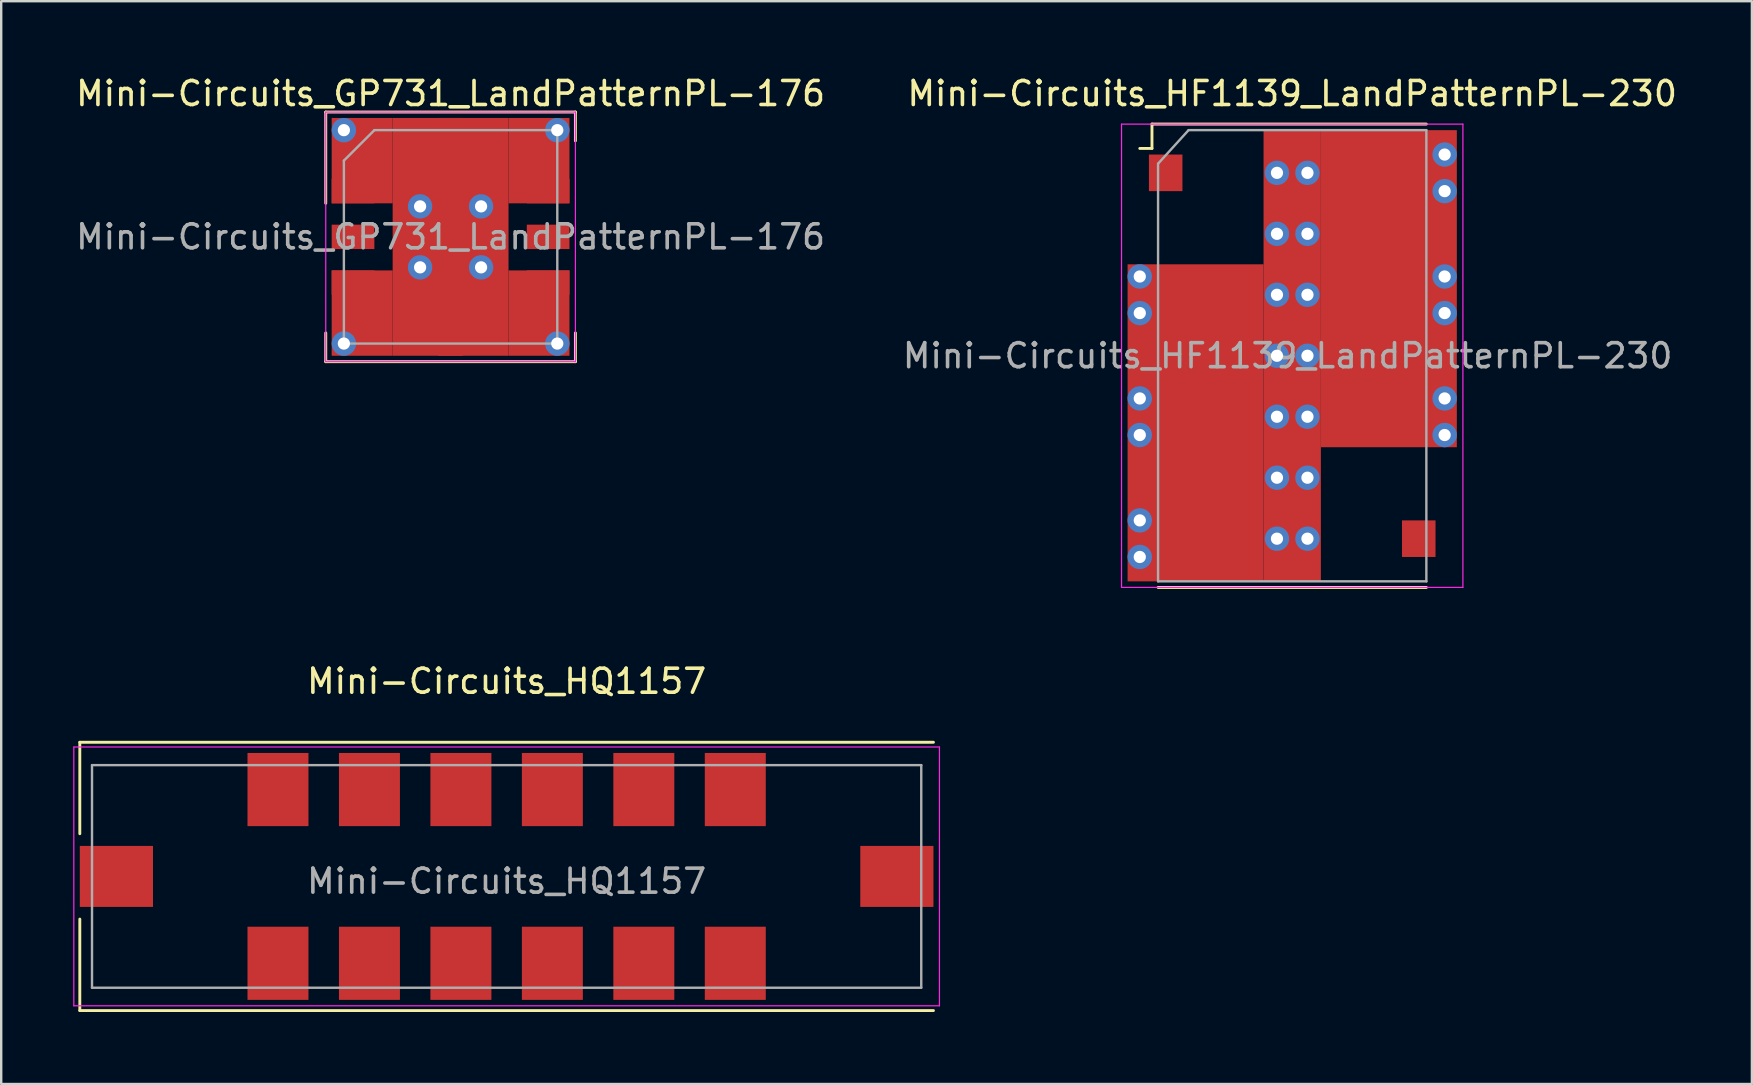
<source format=kicad_pcb>
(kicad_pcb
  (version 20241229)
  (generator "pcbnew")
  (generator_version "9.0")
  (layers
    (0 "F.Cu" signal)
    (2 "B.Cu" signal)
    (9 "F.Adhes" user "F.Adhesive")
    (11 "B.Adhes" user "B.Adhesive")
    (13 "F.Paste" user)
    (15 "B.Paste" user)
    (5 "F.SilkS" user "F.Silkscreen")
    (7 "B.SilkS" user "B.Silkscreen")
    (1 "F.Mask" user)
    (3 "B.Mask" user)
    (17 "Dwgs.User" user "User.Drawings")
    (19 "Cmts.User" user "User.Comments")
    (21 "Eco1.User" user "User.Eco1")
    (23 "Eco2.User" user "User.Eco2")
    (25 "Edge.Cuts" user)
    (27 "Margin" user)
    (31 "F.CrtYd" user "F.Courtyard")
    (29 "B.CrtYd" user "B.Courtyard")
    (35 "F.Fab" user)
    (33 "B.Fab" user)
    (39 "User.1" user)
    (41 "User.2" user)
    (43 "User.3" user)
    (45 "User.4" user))
  (footprint "Mini-Circuits_HF1139_LandPatternPL-230"
    (layer "F.Cu")
    (at 50.78 11.77)
    (property "Reference" "Mini-Circuits_HF1139_LandPatternPL-230" (at 0 -10.922 0) (layer "F.SilkS") (effects (font (size 1 1) (thickness 0.15))))
    (attr smd)
    (fp_line (start -5.842 -9.652) (end -5.842 -8.636) (stroke (width 0.12) (type solid)) (layer "F.SilkS"))
    (fp_line (start -5.842 -8.636) (end -6.35 -8.636) (stroke (width 0.12) (type solid)) (layer "F.SilkS"))
    (fp_line (start 5.588 -9.652) (end -5.842 -9.652) (stroke (width 0.12) (type solid)) (layer "F.SilkS"))
    (fp_line (start 5.588 9.652) (end -5.588 9.652) (stroke (width 0.12) (type solid)) (layer "F.SilkS"))
    (fp_line (start -7.11 -9.65) (end -7.11 9.65) (stroke (width 0.05) (type solid)) (layer "F.CrtYd"))
    (fp_line (start -7.11 -9.65) (end 7.11 -9.65) (stroke (width 0.05) (type solid)) (layer "F.CrtYd"))
    (fp_line (start 7.11 9.65) (end -7.11 9.65) (stroke (width 0.05) (type solid)) (layer "F.CrtYd"))
    (fp_line (start 7.11 9.65) (end 7.11 -9.65) (stroke (width 0.05) (type solid)) (layer "F.CrtYd"))
    (fp_line (start -5.588 -8.001) (end -5.588 9.398) (stroke (width 0.1) (type solid)) (layer "F.Fab"))
    (fp_line (start -4.318 -9.398) (end -5.588 -8.001) (stroke (width 0.1) (type solid)) (layer "F.Fab"))
    (fp_line (start 5.588 -9.398) (end -4.318 -9.398) (stroke (width 0.1) (type solid)) (layer "F.Fab"))
    (fp_line (start 5.588 9.398) (end -5.588 9.398) (stroke (width 0.1) (type solid)) (layer "F.Fab"))
    (fp_line (start 5.588 9.398) (end 5.588 -9.398) (stroke (width 0.1) (type solid)) (layer "F.Fab"))
    (fp_text user "${REFERENCE}" (at -0.191 0 180) (layer "F.Fab") (effects (font (size 1 1) (thickness 0.15))))
    (pad "1" smd rect (at -5.271 -7.62 270) (size 1.524 1.397) (layers "F.Cu" "F.Mask" "F.Paste"))
    (pad "2" smd rect (at 5.271 -7.62 270) (size 1.524 1.397) (layers "F.Cu" "F.Mask" "F.Paste"))
    (pad "2" thru_hole circle (at 6.35 -8.382 270) (size 1.016 1.016) (drill 0.508) (layers "*.Cu"))
    (pad "2" thru_hole circle (at 6.35 -6.858 270) (size 1.016 1.016) (drill 0.508) (layers "*.Cu"))
    (pad "3" thru_hole circle (at -6.35 -3.302 270) (size 1.016 1.016) (drill 0.508) (layers "*.Cu"))
    (pad "3" thru_hole circle (at -6.35 -1.778 270) (size 1.016 1.016) (drill 0.508) (layers "*.Cu"))
    (pad "3" smd rect (at -5.271 -2.54 270) (size 1.524 1.397) (layers "F.Cu" "F.Mask" "F.Paste"))
    (pad "4" smd rect (at 5.271 -2.54 270) (size 1.524 1.397) (layers "F.Cu" "F.Mask" "F.Paste"))
    (pad "4" thru_hole circle (at 6.35 -3.302 270) (size 1.016 1.016) (drill 0.508) (layers "*.Cu"))
    (pad "4" thru_hole circle (at 6.35 -1.778 270) (size 1.016 1.016) (drill 0.508) (layers "*.Cu"))
    (pad "5" thru_hole circle (at -6.35 1.778 270) (size 1.016 1.016) (drill 0.508) (layers "*.Cu"))
    (pad "5" thru_hole circle (at -6.35 3.302 270) (size 1.016 1.016) (drill 0.508) (layers "*.Cu"))
    (pad "5" smd rect (at -5.271 2.54 270) (size 1.524 1.397) (layers "F.Cu" "F.Mask" "F.Paste"))
    (pad "6" smd rect (at 5.271 2.54 270) (size 1.524 1.397) (layers "F.Cu" "F.Mask" "F.Paste"))
    (pad "6" thru_hole circle (at 6.35 1.778 270) (size 1.016 1.016) (drill 0.508) (layers "*.Cu"))
    (pad "6" thru_hole circle (at 6.35 3.302 270) (size 1.016 1.016) (drill 0.508) (layers "*.Cu"))
    (pad "7" thru_hole circle (at -6.35 6.858 270) (size 1.016 1.016) (drill 0.508) (layers "*.Cu"))
    (pad "7" thru_hole circle (at -6.35 8.382 270) (size 1.016 1.016) (drill 0.508) (layers "*.Cu"))
    (pad "7" smd rect (at -5.271 7.62 270) (size 1.524 1.397) (layers "F.Cu" "F.Mask" "F.Paste"))
    (pad "7" smd rect (at -4.026 2.794 270) (size 13.208 5.664) (layers "F.Cu"))
    (pad "7" thru_hole circle (at -0.635 -7.62 270) (size 1.016 1.016) (drill 0.508) (layers "*.Cu"))
    (pad "7" thru_hole circle (at -0.635 -5.08 270) (size 1.016 1.016) (drill 0.508) (layers "*.Cu"))
    (pad "7" thru_hole circle (at -0.635 -2.54 270) (size 1.016 1.016) (drill 0.508) (layers "*.Cu"))
    (pad "7" thru_hole circle (at -0.635 0 270) (size 1.016 1.016) (drill 0.508) (layers "*.Cu"))
    (pad "7" thru_hole circle (at -0.635 2.54 270) (size 1.016 1.016) (drill 0.508) (layers "*.Cu"))
    (pad "7" thru_hole circle (at -0.635 5.08 270) (size 1.016 1.016) (drill 0.508) (layers "*.Cu"))
    (pad "7" thru_hole circle (at -0.635 7.62 270) (size 1.016 1.016) (drill 0.508) (layers "*.Cu"))
    (pad "7" smd rect (at 0 0 270) (size 18.796 2.388) (layers "F.Cu"))
    (pad "7" thru_hole circle (at 0.635 -7.62 270) (size 1.016 1.016) (drill 0.508) (layers "*.Cu"))
    (pad "7" thru_hole circle (at 0.635 -5.08 270) (size 1.016 1.016) (drill 0.508) (layers "*.Cu"))
    (pad "7" thru_hole circle (at 0.635 -2.54 270) (size 1.016 1.016) (drill 0.508) (layers "*.Cu"))
    (pad "7" thru_hole circle (at 0.635 0 270) (size 1.016 1.016) (drill 0.508) (layers "*.Cu"))
    (pad "7" thru_hole circle (at 0.635 2.54 270) (size 1.016 1.016) (drill 0.508) (layers "*.Cu"))
    (pad "7" thru_hole circle (at 0.635 5.08 270) (size 1.016 1.016) (drill 0.508) (layers "*.Cu"))
    (pad "7" thru_hole circle (at 0.635 7.62 270) (size 1.016 1.016) (drill 0.508) (layers "*.Cu"))
    (pad "7" smd rect (at 4.026 -2.794 270) (size 13.208 5.664) (layers "F.Cu"))
    (pad "8" smd rect (at 5.271 7.62 270) (size 1.524 1.397) (layers "F.Cu" "F.Mask" "F.Paste")))
  (footprint "Mini-Circuits_GP731_LandPatternPL-176"
    (layer "F.Cu")
    (at 15.72 6.817)
    (property "Reference" "Mini-Circuits_GP731_LandPatternPL-176" (at 0 -5.969 0) (layer "F.SilkS") (effects (font (size 1 1) (thickness 0.15))))
    (attr smd)
    (fp_line (start -5.2 -5.2) (end -5.2 -1.4) (stroke (width 0.12) (type solid)) (layer "F.SilkS"))
    (fp_line (start -5.2 -5.2) (end 5.2 -5.2) (stroke (width 0.12) (type solid)) (layer "F.SilkS"))
    (fp_line (start -5.2 4) (end -5.2 5.2) (stroke (width 0.12) (type solid)) (layer "F.SilkS"))
    (fp_line (start 5.2 -4) (end 5.2 -5.2) (stroke (width 0.12) (type solid)) (layer "F.SilkS"))
    (fp_line (start 5.2 5.2) (end -5.2 5.2) (stroke (width 0.12) (type solid)) (layer "F.SilkS"))
    (fp_line (start 5.2 5.2) (end 5.2 4) (stroke (width 0.12) (type solid)) (layer "F.SilkS"))
    (fp_line (start -5.2 -5.2) (end -5.2 5.2) (stroke (width 0.05) (type solid)) (layer "F.CrtYd"))
    (fp_line (start -5.2 -5.2) (end 5.2 -5.2) (stroke (width 0.05) (type solid)) (layer "F.CrtYd"))
    (fp_line (start 5.2 5.2) (end -5.2 5.2) (stroke (width 0.05) (type solid)) (layer "F.CrtYd"))
    (fp_line (start 5.2 5.2) (end 5.2 -5.2) (stroke (width 0.05) (type solid)) (layer "F.CrtYd"))
    (fp_line (start -4.445 -3.175) (end -3.175 -4.445) (stroke (width 0.1) (type solid)) (layer "F.Fab"))
    (fp_line (start -4.445 4.445) (end -4.445 -3.175) (stroke (width 0.1) (type solid)) (layer "F.Fab"))
    (fp_line (start -3.175 -4.445) (end 4.445 -4.445) (stroke (width 0.1) (type solid)) (layer "F.Fab"))
    (fp_line (start 4.445 -4.445) (end 4.445 4.445) (stroke (width 0.1) (type solid)) (layer "F.Fab"))
    (fp_line (start 4.445 4.445) (end -4.445 4.445) (stroke (width 0.1) (type solid)) (layer "F.Fab"))
    (fp_text user "${REFERENCE}" (at 0 0 0) (layer "F.Fab") (effects (font (size 1 1) (thickness 0.15))))
    (pad "1" thru_hole circle (at -4.445 -4.445) (size 1.016 1.016) (drill 0.508) (layers "*.Cu"))
    (pad "1" thru_hole circle (at -4.445 4.445) (size 1.016 1.016) (drill 0.508) (layers "*.Cu"))
    (pad "1" smd rect (at -4.064 -1.905 180) (size 1.778 1.016) (layers "F.Cu" "F.Mask" "F.Paste"))
    (pad "1" smd rect (at -3.683 -3.175) (size 2.54 3.556) (layers "F.Cu"))
    (pad "1" smd rect (at -3.683 3.175) (size 2.54 3.556) (layers "F.Cu"))
    (pad "1" thru_hole circle (at -1.27 -1.27) (size 1.016 1.016) (drill 0.508) (layers "*.Cu"))
    (pad "1" thru_hole circle (at -1.27 1.27) (size 1.016 1.016) (drill 0.508) (layers "*.Cu"))
    (pad "1" smd rect (at 0 0) (size 4.826 9.906) (layers "F.Cu"))
    (pad "1" thru_hole circle (at 1.27 -1.27) (size 1.016 1.016) (drill 0.508) (layers "*.Cu"))
    (pad "1" thru_hole circle (at 1.27 1.27) (size 1.016 1.016) (drill 0.508) (layers "*.Cu"))
    (pad "1" smd rect (at 3.683 -3.175) (size 2.54 3.556) (layers "F.Cu"))
    (pad "1" smd rect (at 3.683 3.175) (size 2.54 3.556) (layers "F.Cu"))
    (pad "1" thru_hole circle (at 4.445 -4.445) (size 1.016 1.016) (drill 0.508) (layers "*.Cu"))
    (pad "1" thru_hole circle (at 4.445 4.445) (size 1.016 1.016) (drill 0.508) (layers "*.Cu"))
    (pad "2" smd rect (at -4.064 0 180) (size 1.778 1.016) (layers "F.Cu" "F.Mask" "F.Paste"))
    (pad "3" smd rect (at -4.064 1.905 180) (size 1.778 1.016) (layers "F.Cu" "F.Mask" "F.Paste"))
    (pad "4" smd rect (at 0 4.064 270) (size 1.778 1.016) (layers "F.Cu" "F.Mask" "F.Paste"))
    (pad "5" smd rect (at 4.064 1.905) (size 1.778 1.016) (layers "F.Cu" "F.Mask" "F.Paste"))
    (pad "6" smd rect (at 4.064 0) (size 1.778 1.016) (layers "F.Cu" "F.Mask" "F.Paste"))
    (pad "7" smd rect (at 4.064 -1.905) (size 1.778 1.016) (layers "F.Cu" "F.Mask" "F.Paste"))
    (pad "8" smd rect (at 0 -4.064 270) (size 1.778 1.016) (layers "F.Cu" "F.Mask" "F.Paste")))
  (footprint "Mini-Circuits_HQ1157"
    (layer "F.Cu")
    (at 18.055 33.459)
    (property "Reference" "Mini-Circuits_HQ1157" (at 0 -8.128 0) (layer "F.SilkS") (effects (font (size 1 1) (thickness 0.15))))
    (attr smd)
    (fp_line (start -17.78 -5.588) (end 17.78 -5.588) (stroke (width 0.12) (type solid)) (layer "F.SilkS"))
    (fp_line (start -17.78 -1.778) (end -17.78 -5.588) (stroke (width 0.12) (type solid)) (layer "F.SilkS"))
    (fp_line (start -17.78 5.588) (end -17.78 1.778) (stroke (width 0.12) (type solid)) (layer "F.SilkS"))
    (fp_line (start -17.78 5.588) (end 17.78 5.588) (stroke (width 0.12) (type solid)) (layer "F.SilkS"))
    (fp_line (start -18.03 -5.39) (end -18.03 5.39) (stroke (width 0.05) (type solid)) (layer "F.CrtYd"))
    (fp_line (start -18.03 -5.39) (end 18.03 -5.39) (stroke (width 0.05) (type solid)) (layer "F.CrtYd"))
    (fp_line (start 18.03 5.39) (end -18.03 5.39) (stroke (width 0.05) (type solid)) (layer "F.CrtYd"))
    (fp_line (start 18.03 5.39) (end 18.03 -5.39) (stroke (width 0.05) (type solid)) (layer "F.CrtYd"))
    (fp_line (start -17.272 -4.636) (end 17.272 -4.636) (stroke (width 0.1) (type solid)) (layer "F.Fab"))
    (fp_line (start -17.272 4.636) (end -17.272 -4.636) (stroke (width 0.1) (type solid)) (layer "F.Fab"))
    (fp_line (start 17.272 -4.636) (end 17.272 4.636) (stroke (width 0.1) (type solid)) (layer "F.Fab"))
    (fp_line (start 17.272 4.636) (end -17.272 4.636) (stroke (width 0.1) (type solid)) (layer "F.Fab"))
    (fp_text user "${REFERENCE}" (at 0 0.2 0) (layer "F.Fab") (effects (font (size 1 1) (thickness 0.15))))
    (pad "1" smd rect (at -16.256 0) (size 3.048 2.54) (layers "F.Cu" "F.Mask" "F.Paste"))
    (pad "2" smd rect (at -9.525 3.619 180) (size 2.54 3.048) (layers "F.Cu" "F.Mask" "F.Paste"))
    (pad "3" smd rect (at -5.715 3.619 180) (size 2.54 3.048) (layers "F.Cu" "F.Mask" "F.Paste"))
    (pad "4" smd rect (at -1.905 3.619 180) (size 2.54 3.048) (layers "F.Cu" "F.Mask" "F.Paste"))
    (pad "5" smd rect (at 1.905 3.619 180) (size 2.54 3.048) (layers "F.Cu" "F.Mask" "F.Paste"))
    (pad "6" smd rect (at 5.715 3.619 180) (size 2.54 3.048) (layers "F.Cu" "F.Mask" "F.Paste"))
    (pad "7" smd rect (at 9.525 3.619 180) (size 2.54 3.048) (layers "F.Cu" "F.Mask" "F.Paste"))
    (pad "8" smd rect (at 16.256 0) (size 3.048 2.54) (layers "F.Cu" "F.Mask" "F.Paste"))
    (pad "9" smd rect (at 9.525 -3.619) (size 2.54 3.048) (layers "F.Cu" "F.Mask" "F.Paste"))
    (pad "10" smd rect (at 5.715 -3.619) (size 2.54 3.048) (layers "F.Cu" "F.Mask" "F.Paste"))
    (pad "11" smd rect (at 1.905 -3.619) (size 2.54 3.048) (layers "F.Cu" "F.Mask" "F.Paste"))
    (pad "12" smd rect (at -1.905 -3.619) (size 2.54 3.048) (layers "F.Cu" "F.Mask" "F.Paste"))
    (pad "13" smd rect (at -5.715 -3.619) (size 2.54 3.048) (layers "F.Cu" "F.Mask" "F.Paste"))
    (pad "14" smd rect (at -9.525 -3.619) (size 2.54 3.048) (layers "F.Cu" "F.Mask" "F.Paste")))
  (gr_rect
    (start -3 -3)
    (end 69.929 42.106)
    (stroke (width 0.1) (type default))
    (fill no)
    (layer "Edge.Cuts")))
</source>
